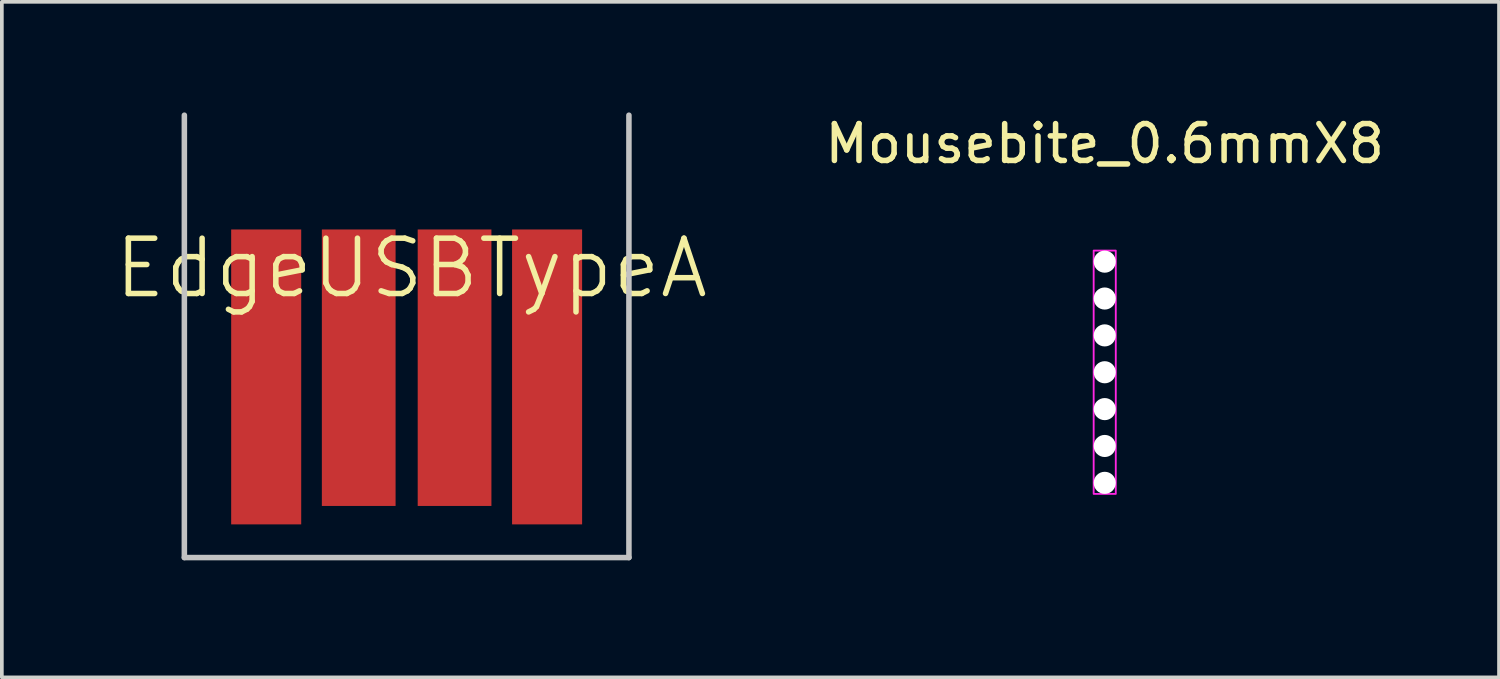
<source format=kicad_pcb>
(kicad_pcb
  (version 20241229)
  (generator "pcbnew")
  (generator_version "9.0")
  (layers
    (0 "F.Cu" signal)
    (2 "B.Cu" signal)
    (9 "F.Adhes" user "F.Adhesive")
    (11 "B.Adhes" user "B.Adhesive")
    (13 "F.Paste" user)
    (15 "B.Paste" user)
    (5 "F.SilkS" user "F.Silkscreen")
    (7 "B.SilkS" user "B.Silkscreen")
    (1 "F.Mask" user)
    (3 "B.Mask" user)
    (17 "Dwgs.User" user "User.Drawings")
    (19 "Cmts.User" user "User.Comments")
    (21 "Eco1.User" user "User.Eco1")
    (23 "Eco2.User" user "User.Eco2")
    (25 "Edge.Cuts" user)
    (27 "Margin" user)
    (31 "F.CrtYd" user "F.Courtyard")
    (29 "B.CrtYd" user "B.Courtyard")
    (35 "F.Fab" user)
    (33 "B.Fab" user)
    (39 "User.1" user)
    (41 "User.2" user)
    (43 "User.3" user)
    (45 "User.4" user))
  (footprint "EdgeUSBTypeA"
    (layer "F.Cu")
    (at 7.981 12.075)
    (property "Reference" "EdgeUSBTypeA" (at 0.13 -7.85 0) (layer "F.SilkS") (effects (font (size 1.5 1.5) (thickness 0.15))))
    (attr exclude_from_pos_files exclude_from_bom)
    (fp_line (start -6.03 0) (end -6.03 -12) (stroke (width 0.15) (type solid)) (layer "Dwgs.User"))
    (fp_line (start 6.03 0) (end -6.03 0) (stroke (width 0.15) (type solid)) (layer "Dwgs.User"))
    (fp_line (start 6.03 0) (end 6.03 -12) (stroke (width 0.15) (type solid)) (layer "Dwgs.User"))
    (pad "1" connect rect (at 3.81 -4.9) (size 1.9 8) (layers "F.Cu" "F.Mask"))
    (pad "2" connect rect (at 1.3 -5.15) (size 2 7.5) (layers "F.Cu" "F.Mask"))
    (pad "3" connect rect (at -1.3 -5.15) (size 2 7.5) (layers "F.Cu" "F.Mask"))
    (pad "4" connect rect (at -3.81 -4.9) (size 1.9 8) (layers "F.Cu" "F.Mask")))
  (footprint "Mousebite_0.6mmX8"
    (layer "F.Cu")
    (at 26.918 4.048)
    (property "Reference" "Mousebite_0.6mmX8" (at 0 -3.2 0) (layer "F.SilkS") (effects (font (size 1 1) (thickness 0.15))))
    (attr exclude_from_pos_files exclude_from_bom)
    (fp_rect (start -0.3 -0.3) (end 0.3 6.3) (stroke (width 0.05) (type default)) (fill no) (layer "F.CrtYd"))
    (pad "" np_thru_hole circle (at 0 0) (size 0.6 0.6) (drill 0.6) (layers "*.Cu" "*.Mask"))
    (pad "" np_thru_hole circle (at 0 1) (size 0.6 0.6) (drill 0.6) (layers "*.Cu" "*.Mask"))
    (pad "" np_thru_hole circle (at 0 2) (size 0.6 0.6) (drill 0.6) (layers "*.Cu" "*.Mask"))
    (pad "" np_thru_hole circle (at 0 3) (size 0.6 0.6) (drill 0.6) (layers "*.Cu" "*.Mask"))
    (pad "" np_thru_hole circle (at 0 4) (size 0.6 0.6) (drill 0.6) (layers "*.Cu" "*.Mask"))
    (pad "" np_thru_hole circle (at 0 5) (size 0.6 0.6) (drill 0.6) (layers "*.Cu" "*.Mask"))
    (pad "" np_thru_hole circle (at 0 6) (size 0.6 0.6) (drill 0.6) (layers "*.Cu" "*.Mask")))
  (gr_rect
    (start -3 -3)
    (end 37.614 15.325)
    (stroke (width 0.1) (type default))
    (fill no)
    (layer "Edge.Cuts")))
</source>
